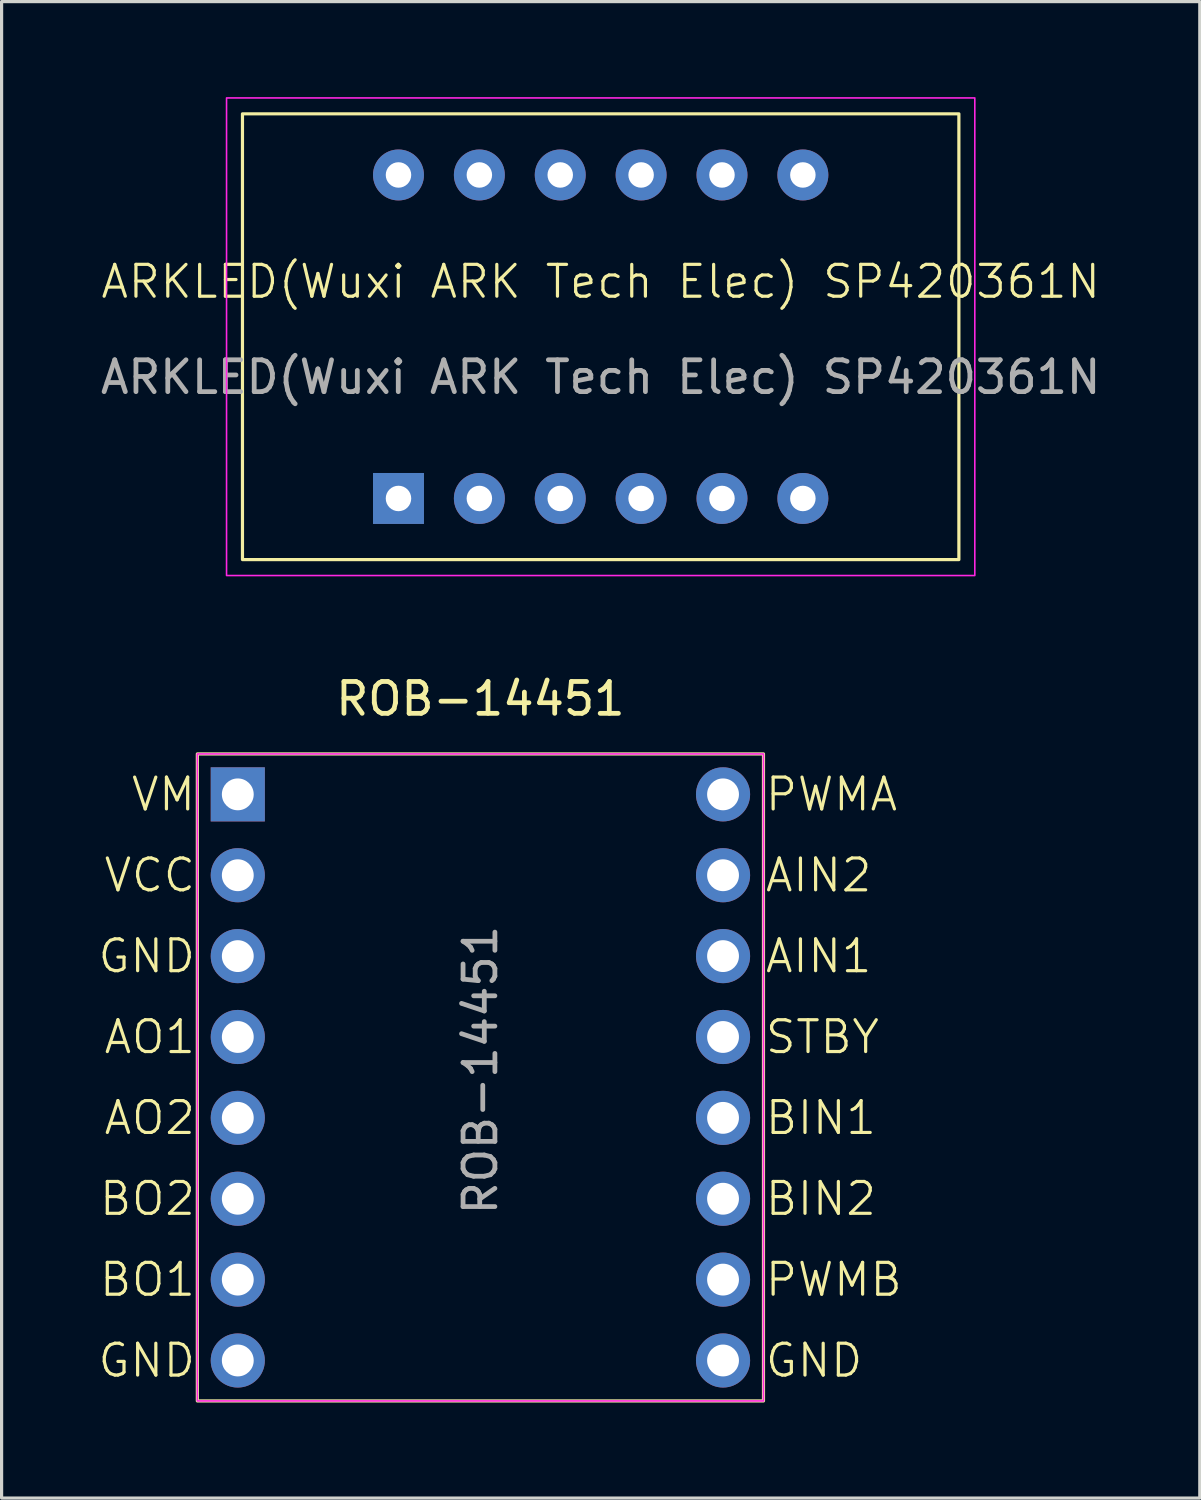
<source format=kicad_pcb>
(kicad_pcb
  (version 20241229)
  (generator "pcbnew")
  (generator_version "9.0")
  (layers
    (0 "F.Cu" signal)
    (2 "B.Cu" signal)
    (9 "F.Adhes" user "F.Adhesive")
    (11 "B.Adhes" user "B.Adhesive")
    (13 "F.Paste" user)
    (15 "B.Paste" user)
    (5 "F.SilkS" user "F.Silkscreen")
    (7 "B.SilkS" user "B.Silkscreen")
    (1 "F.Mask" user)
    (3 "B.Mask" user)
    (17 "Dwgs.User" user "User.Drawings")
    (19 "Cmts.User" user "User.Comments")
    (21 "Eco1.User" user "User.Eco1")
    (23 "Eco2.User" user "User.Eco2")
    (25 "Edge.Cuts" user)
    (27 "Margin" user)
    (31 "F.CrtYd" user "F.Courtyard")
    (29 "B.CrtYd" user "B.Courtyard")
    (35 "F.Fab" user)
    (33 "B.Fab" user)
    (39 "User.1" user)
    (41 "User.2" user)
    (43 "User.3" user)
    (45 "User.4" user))
  (footprint "ROB-14451"
    (layer "F.Cu")
    (at 12.038 30.788)
    (property "Reference" "ROB-14451" (at 0 -11.89 0) (layer "F.SilkS") (effects (font (size 1 1) (thickness 0.15))))
    (attr through_hole)
    (fp_rect (start -8.89 -10.16) (end 8.89 10.16) (stroke (width 0.1) (type default)) (fill no) (layer "F.SilkS"))
    (fp_rect (start -8.89 -10.16) (end 8.89 10.16) (stroke (width 0.05) (type default)) (fill no) (layer "F.CrtYd"))
    (fp_text user "PWMB" (at 8.89 6.35 0) (unlocked yes) (layer "F.SilkS") (effects (font (size 1 1) (thickness 0.1)) (justify left)))
    (fp_text user "AIN1" (at 8.89 -3.81 0) (unlocked yes) (layer "F.SilkS") (effects (font (size 1 1) (thickness 0.1)) (justify left)))
    (fp_text user "GND" (at 8.89 8.89 0) (unlocked yes) (layer "F.SilkS") (effects (font (size 1 1) (thickness 0.1)) (justify left)))
    (fp_text user "GND" (at -8.89 -3.81 0) (unlocked yes) (layer "F.SilkS") (effects (font (size 1 1) (thickness 0.1)) (justify right)))
    (fp_text user "BIN2" (at 8.89 3.81 0) (unlocked yes) (layer "F.SilkS") (effects (font (size 1 1) (thickness 0.1)) (justify left)))
    (fp_text user "PWMA" (at 8.89 -8.89 0) (unlocked yes) (layer "F.SilkS") (effects (font (size 1 1) (thickness 0.1)) (justify left)))
    (fp_text user "AIN2" (at 8.89 -6.35 0) (unlocked yes) (layer "F.SilkS") (effects (font (size 1 1) (thickness 0.1)) (justify left)))
    (fp_text user "VCC" (at -8.89 -6.35 0) (unlocked yes) (layer "F.SilkS") (effects (font (size 1 1) (thickness 0.1)) (justify right)))
    (fp_text user "BIN1" (at 8.89 1.27 0) (unlocked yes) (layer "F.SilkS") (effects (font (size 1 1) (thickness 0.1)) (justify left)))
    (fp_text user "AO1" (at -8.89 -1.27 0) (unlocked yes) (layer "F.SilkS") (effects (font (size 1 1) (thickness 0.1)) (justify right)))
    (fp_text user "BO1" (at -8.89 6.35 0) (unlocked yes) (layer "F.SilkS") (effects (font (size 1 1) (thickness 0.1)) (justify right)))
    (fp_text user "BO2" (at -8.89 3.81 0) (unlocked yes) (layer "F.SilkS") (effects (font (size 1 1) (thickness 0.1)) (justify right)))
    (fp_text user "STBY" (at 8.89 -1.27 0) (unlocked yes) (layer "F.SilkS") (effects (font (size 1 1) (thickness 0.1)) (justify left)))
    (fp_text user "GND" (at -8.89 8.89 0) (unlocked yes) (layer "F.SilkS") (effects (font (size 1 1) (thickness 0.1)) (justify right)))
    (fp_text user "AO2" (at -8.89 1.27 0) (unlocked yes) (layer "F.SilkS") (effects (font (size 1 1) (thickness 0.1)) (justify right)))
    (fp_text user "VM" (at -8.89 -8.89 0) (unlocked yes) (layer "F.SilkS") (effects (font (size 1 1) (thickness 0.1)) (justify right)))
    (fp_text user "${REFERENCE}" (at 0 -0.23 90) (layer "F.Fab") (effects (font (size 1 1) (thickness 0.15))))
    (pad "1" thru_hole rect (at -7.62 -8.89) (size 1.7 1.7) (drill 1) (layers "*.Cu" "*.Mask"))
    (pad "2" thru_hole oval (at -7.62 -6.35) (size 1.7 1.7) (drill 1) (layers "*.Cu" "*.Mask"))
    (pad "3" thru_hole oval (at -7.62 -3.81) (size 1.7 1.7) (drill 1) (layers "*.Cu" "*.Mask"))
    (pad "4" thru_hole oval (at -7.62 -1.27) (size 1.7 1.7) (drill 1) (layers "*.Cu" "*.Mask"))
    (pad "5" thru_hole oval (at -7.62 1.27) (size 1.7 1.7) (drill 1) (layers "*.Cu" "*.Mask"))
    (pad "6" thru_hole oval (at -7.62 3.81) (size 1.7 1.7) (drill 1) (layers "*.Cu" "*.Mask"))
    (pad "7" thru_hole oval (at -7.62 6.35) (size 1.7 1.7) (drill 1) (layers "*.Cu" "*.Mask"))
    (pad "8" thru_hole oval (at -7.62 8.89) (size 1.7 1.7) (drill 1) (layers "*.Cu" "*.Mask"))
    (pad "9" thru_hole oval (at 7.62 8.89) (size 1.7 1.7) (drill 1) (layers "*.Cu" "*.Mask"))
    (pad "10" thru_hole oval (at 7.62 6.35) (size 1.7 1.7) (drill 1) (layers "*.Cu" "*.Mask"))
    (pad "11" thru_hole oval (at 7.62 3.81) (size 1.7 1.7) (drill 1) (layers "*.Cu" "*.Mask"))
    (pad "12" thru_hole oval (at 7.62 1.27) (size 1.7 1.7) (drill 1) (layers "*.Cu" "*.Mask"))
    (pad "13" thru_hole oval (at 7.62 -1.27) (size 1.7 1.7) (drill 1) (layers "*.Cu" "*.Mask"))
    (pad "14" thru_hole oval (at 7.62 -3.81) (size 1.7 1.7) (drill 1) (layers "*.Cu" "*.Mask"))
    (pad "15" thru_hole oval (at 7.62 -6.35) (size 1.7 1.7) (drill 1) (layers "*.Cu" "*.Mask"))
    (pad "16" thru_hole oval (at 7.62 -8.89) (size 1.7 1.7) (drill 1) (layers "*.Cu" "*.Mask")))
  (footprint "ARKLED(Wuxi ARK Tech Elec) SP420361N"
    (layer "F.Cu")
    (at 15.815 7.525)
    (property "Reference" "ARKLED(Wuxi ARK Tech Elec) SP420361N" (at 0 -1.73 0) (unlocked yes) (layer "F.SilkS") (effects (font (size 1 1) (thickness 0.1))))
    (attr through_hole)
    (fp_rect (start -11.25 -7) (end 11.25 7) (stroke (width 0.1) (type solid)) (fill no) (layer "F.SilkS"))
    (fp_rect (start -11.75 -7.5) (end 11.75 7.5) (stroke (width 0.05) (type solid)) (fill no) (layer "F.CrtYd"))
    (fp_text user "${REFERENCE}" (at 0 1.27 0) (unlocked yes) (layer "F.Fab") (effects (font (size 1 1) (thickness 0.15))))
    (pad "1" thru_hole rect (at -6.35 5.08) (size 1.6 1.6) (drill 0.8) (layers "*.Cu" "*.Mask"))
    (pad "2" thru_hole circle (at -3.81 5.08) (size 1.6 1.6) (drill 0.8) (layers "*.Cu" "*.Mask"))
    (pad "3" thru_hole circle (at -1.27 5.08) (size 1.6 1.6) (drill 0.8) (layers "*.Cu" "*.Mask"))
    (pad "4" thru_hole circle (at 1.27 5.08) (size 1.6 1.6) (drill 0.8) (layers "*.Cu" "*.Mask"))
    (pad "5" thru_hole circle (at 3.81 5.08) (size 1.6 1.6) (drill 0.8) (layers "*.Cu" "*.Mask"))
    (pad "6" thru_hole circle (at 6.35 5.08) (size 1.6 1.6) (drill 0.8) (layers "*.Cu" "*.Mask"))
    (pad "7" thru_hole circle (at 6.35 -5.08) (size 1.6 1.6) (drill 0.8) (layers "*.Cu" "*.Mask"))
    (pad "8" thru_hole circle (at 3.81 -5.08) (size 1.6 1.6) (drill 0.8) (layers "*.Cu" "*.Mask"))
    (pad "9" thru_hole circle (at 1.27 -5.08) (size 1.6 1.6) (drill 0.8) (layers "*.Cu" "*.Mask"))
    (pad "10" thru_hole circle (at -1.27 -5.08) (size 1.6 1.6) (drill 0.8) (layers "*.Cu" "*.Mask"))
    (pad "11" thru_hole circle (at -3.81 -5.08) (size 1.6 1.6) (drill 0.8) (layers "*.Cu" "*.Mask"))
    (pad "12" thru_hole circle (at -6.35 -5.08) (size 1.6 1.6) (drill 0.8) (layers "*.Cu" "*.Mask")))
  (gr_rect
    (start -3 -3)
    (end 34.631 43.998)
    (stroke (width 0.1) (type default))
    (fill no)
    (layer "Edge.Cuts")))
</source>
